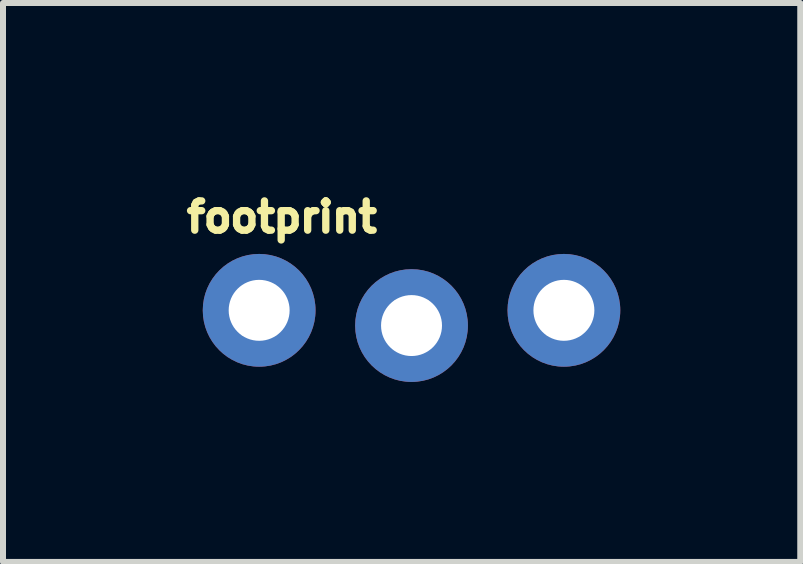
<source format=kicad_pcb>
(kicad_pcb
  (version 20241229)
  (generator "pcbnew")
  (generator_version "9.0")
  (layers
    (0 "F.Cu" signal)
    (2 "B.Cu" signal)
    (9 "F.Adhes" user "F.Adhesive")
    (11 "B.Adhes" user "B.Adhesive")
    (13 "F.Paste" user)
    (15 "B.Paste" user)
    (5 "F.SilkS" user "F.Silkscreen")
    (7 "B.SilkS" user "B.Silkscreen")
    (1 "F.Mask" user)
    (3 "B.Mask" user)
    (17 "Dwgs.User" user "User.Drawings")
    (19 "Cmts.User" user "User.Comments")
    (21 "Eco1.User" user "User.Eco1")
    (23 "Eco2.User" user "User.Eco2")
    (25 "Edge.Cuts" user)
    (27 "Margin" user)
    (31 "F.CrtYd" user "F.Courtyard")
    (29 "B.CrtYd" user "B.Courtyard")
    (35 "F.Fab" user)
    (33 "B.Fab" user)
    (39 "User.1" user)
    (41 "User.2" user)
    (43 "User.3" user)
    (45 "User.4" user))
  (footprint "footprint"
    (layer "F.Cu")
    (at 1.27 2.25)
    (property "Reference" "footprint" (at -1.27 -1.397 0) (layer "F.SilkS") (effects (font (size 0.488 0.488) (thickness 0.122)) (justify left bottom)))
    (fp_poly (pts (xy -0.254 0.254) (xy 0.254 0.254) (xy 0.254 -0.254) (xy -0.254 -0.254)) (stroke (width 0.1) (type solid)) (fill no) (layer "F.Fab"))
    (fp_poly (pts (xy 2.286 0.254) (xy 2.794 0.254) (xy 2.794 -0.254) (xy 2.286 -0.254)) (stroke (width 0.1) (type solid)) (fill no) (layer "F.Fab"))
    (fp_poly (pts (xy 4.826 0.254) (xy 5.334 0.254) (xy 5.334 -0.254) (xy 4.826 -0.254)) (stroke (width 0.1) (type solid)) (fill no) (layer "F.Fab"))
    (pad "1" thru_hole circle (at 0 -0.127 90) (size 1.88 1.88) (drill 1.016) (layers "*.Cu" "*.Mask"))
    (pad "2" thru_hole circle (at 2.54 0.127 90) (size 1.88 1.88) (drill 1.016) (layers "*.Cu" "*.Mask"))
    (pad "3" thru_hole circle (at 5.08 -0.127 90) (size 1.88 1.88) (drill 1.016) (layers "*.Cu" "*.Mask")))
  (gr_rect
    (start -3 -3)
    (end 10.29 6.317)
    (stroke (width 0.1) (type default))
    (fill no)
    (layer "Edge.Cuts")))
</source>
